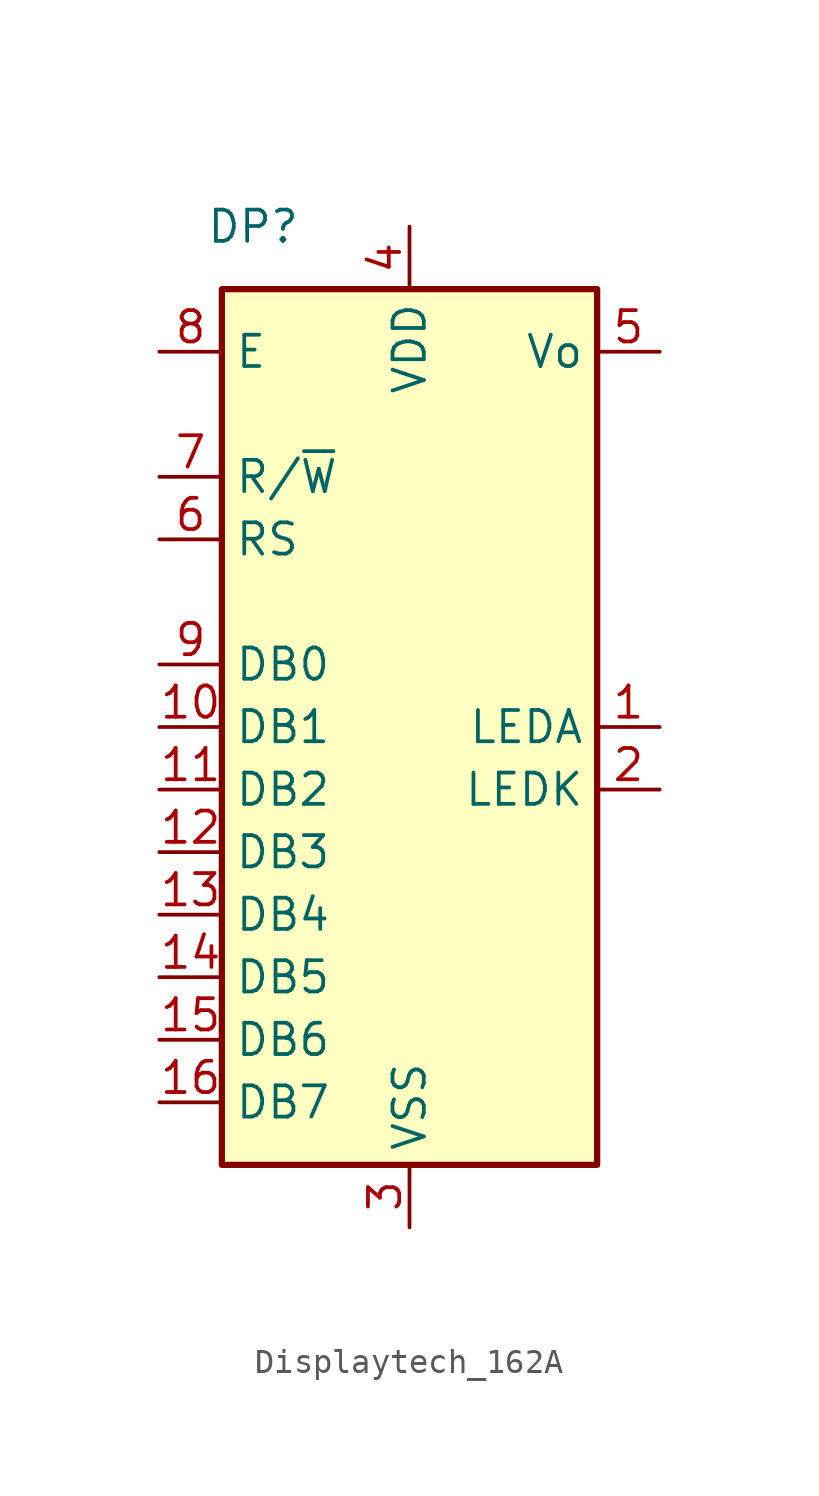
<source format=kicad_sym>
(kicad_symbol_lib
  (version 20220914)
  (generator kicad_symbol_editor)
  (symbol "Displaytech_162A"
    (property "Reference" "DP"
      (at -6.35 20.32 0)
      (effects (font (size 1.27 1.27))))
    (property "Value" ""
      (at 0 0 0)
      (effects (font (size 1.27 1.27))))
    (symbol "Displaytech_162A_0_1"
      (rectangle (start -7.62 17.78) (end 7.62 -17.78) (stroke (width 0.254) (type default)) (fill (type background))))
    (symbol "Displaytech_162A_1_1"
      (pin passive line (at 10.16 0 180) (length 2.54) (name "LEDA" (effects (font (size 1.27 1.27)))) (number "1" (effects (font (size 1.27 1.27)))))
      (pin bidirectional line (at -10.16 0 0) (length 2.54) (name "DB1" (effects (font (size 1.27 1.27)))) (number "10" (effects (font (size 1.27 1.27)))))
      (pin bidirectional line (at -10.16 -2.54 0) (length 2.54) (name "DB2" (effects (font (size 1.27 1.27)))) (number "11" (effects (font (size 1.27 1.27)))))
      (pin bidirectional line (at -10.16 -5.08 0) (length 2.54) (name "DB3" (effects (font (size 1.27 1.27)))) (number "12" (effects (font (size 1.27 1.27)))))
      (pin bidirectional line (at -10.16 -7.62 0) (length 2.54) (name "DB4" (effects (font (size 1.27 1.27)))) (number "13" (effects (font (size 1.27 1.27)))))
      (pin bidirectional line (at -10.16 -10.16 0) (length 2.54) (name "DB5" (effects (font (size 1.27 1.27)))) (number "14" (effects (font (size 1.27 1.27)))))
      (pin bidirectional line (at -10.16 -12.7 0) (length 2.54) (name "DB6" (effects (font (size 1.27 1.27)))) (number "15" (effects (font (size 1.27 1.27)))))
      (pin bidirectional line (at -10.16 -15.24 0) (length 2.54) (name "DB7" (effects (font (size 1.27 1.27)))) (number "16" (effects (font (size 1.27 1.27)))))
      (pin passive line (at 10.16 -2.54 180) (length 2.54) (name "LEDK" (effects (font (size 1.27 1.27)))) (number "2" (effects (font (size 1.27 1.27)))))
      (pin power_in line (at 0 -20.32 90) (length 2.54) (name "VSS" (effects (font (size 1.27 1.27)))) (number "3" (effects (font (size 1.27 1.27)))))
      (pin power_in line (at 0 20.32 270) (length 2.54) (name "VDD" (effects (font (size 1.27 1.27)))) (number "4" (effects (font (size 1.27 1.27)))))
      (pin input line (at 10.16 15.24 180) (length 2.54) (name "Vo" (effects (font (size 1.27 1.27)))) (number "5" (effects (font (size 1.27 1.27)))))
      (pin input line (at -10.16 7.62 0) (length 2.54) (name "RS" (effects (font (size 1.27 1.27)))) (number "6" (effects (font (size 1.27 1.27)))))
      (pin input line (at -10.16 10.16 0) (length 2.54) (name "R/~{W}" (effects (font (size 1.27 1.27)))) (number "7" (effects (font (size 1.27 1.27)))))
      (pin input line (at -10.16 15.24 0) (length 2.54) (name "E" (effects (font (size 1.27 1.27)))) (number "8" (effects (font (size 1.27 1.27)))))
      (pin bidirectional line (at -10.16 2.54 0) (length 2.54) (name "DB0" (effects (font (size 1.27 1.27)))) (number "9" (effects (font (size 1.27 1.27))))))))
</source>
